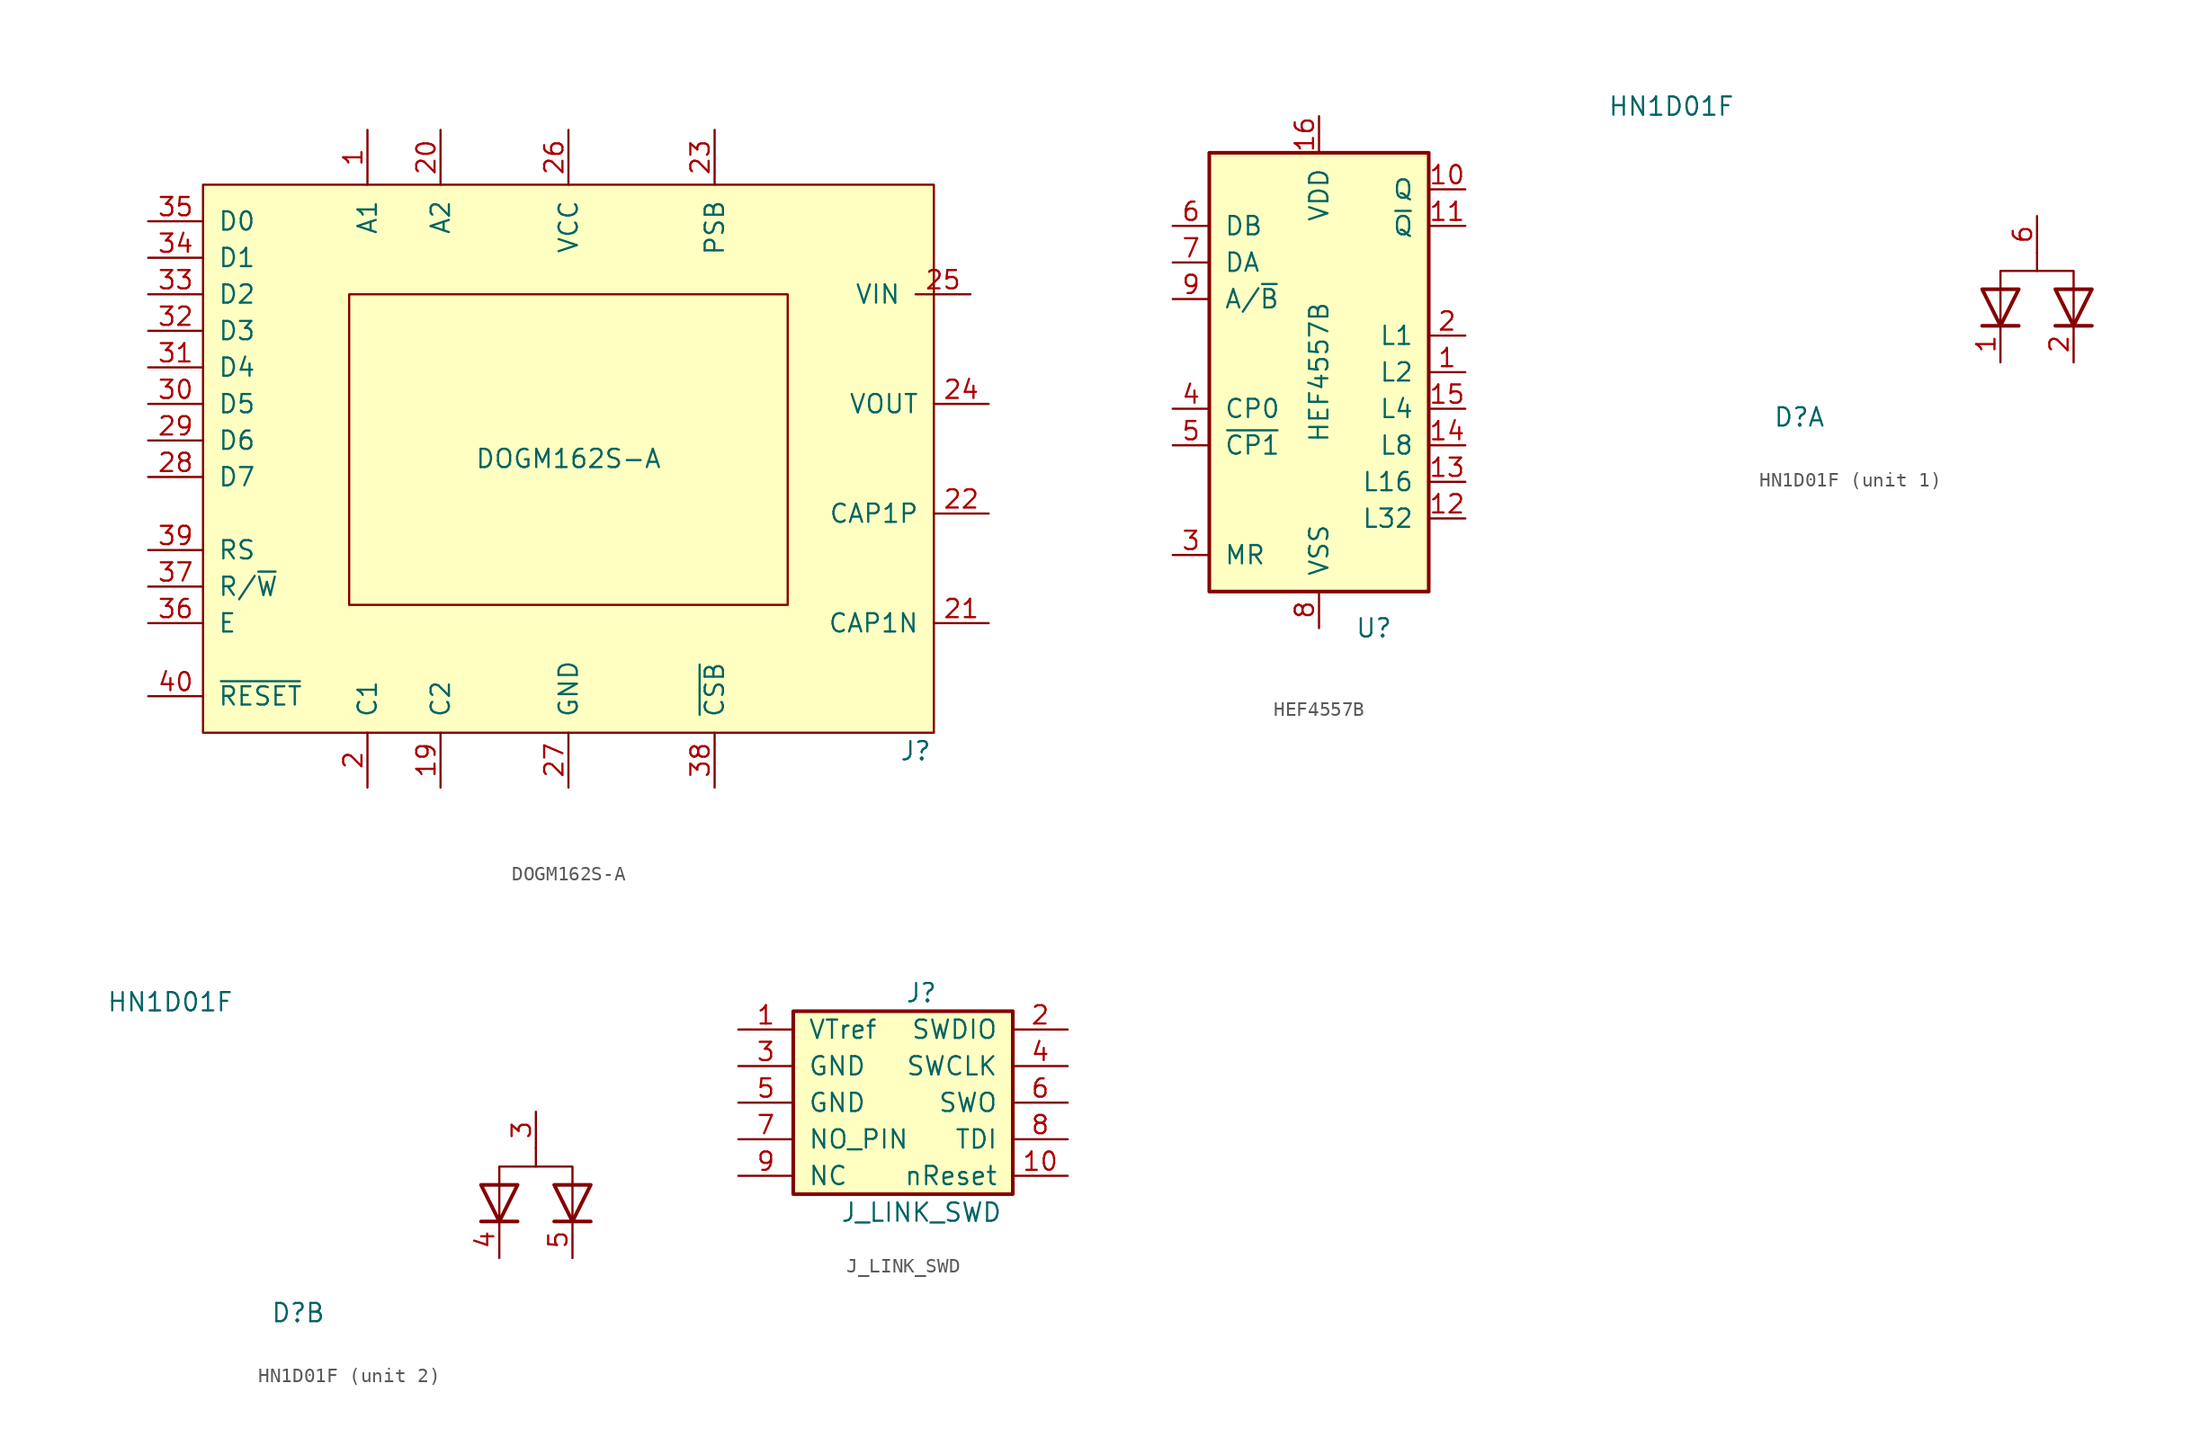
<source format=kicad_sym>
(kicad_symbol_lib
  (version 20211014)
  (generator kicad_symbol_editor)
  (symbol "DOGM162S-A"
    (pin_names
      (offset 1.016))
    (property "Reference" "J"
      (at 24.13 -20.32 0)
      (effects (font (size 1.27 1.27))))
    (property "Value" "DOGM162S-A"
      (at 0 0 0)
      (effects (font (size 1.27 1.27))))
    (symbol "DOGM162S-A_0_0"
      (pin passive line (at 29.21 3.81 180) (length 3.81) (name "VOUT" (effects (font (size 1.27 1.27)))) (number "24" (effects (font (size 1.27 1.27)))))
      (pin passive line (at 27.94 11.43 180) (length 3.81) (name "VIN" (effects (font (size 1.27 1.27)))) (number "25" (effects (font (size 1.27 1.27))))))
    (symbol "DOGM162S-A_0_1"
      (rectangle (start -25.4 19.05) (end 25.4 -19.05) (stroke (width 0) (type default) (color 0 0 0 0)) (fill (type background)))
      (rectangle (start -15.24 11.43) (end 15.24 -10.16) (stroke (width 0) (type default) (color 0 0 0 0)) (fill (type none))))
    (symbol "DOGM162S-A_1_1"
      (pin passive line (at -13.97 22.86 270) (length 3.81) (name "A1" (effects (font (size 1.27 1.27)))) (number "1" (effects (font (size 1.27 1.27)))))
      (pin passive line (at -8.89 -22.86 90) (length 3.81) (name "C2" (effects (font (size 1.27 1.27)))) (number "19" (effects (font (size 1.27 1.27)))))
      (pin passive line (at -13.97 -22.86 90) (length 3.81) (name "C1" (effects (font (size 1.27 1.27)))) (number "2" (effects (font (size 1.27 1.27)))))
      (pin passive line (at -8.89 22.86 270) (length 3.81) (name "A2" (effects (font (size 1.27 1.27)))) (number "20" (effects (font (size 1.27 1.27)))))
      (pin passive line (at 29.21 -11.43 180) (length 3.81) (name "CAP1N" (effects (font (size 1.27 1.27)))) (number "21" (effects (font (size 1.27 1.27)))))
      (pin passive line (at 29.21 -3.81 180) (length 3.81) (name "CAP1P" (effects (font (size 1.27 1.27)))) (number "22" (effects (font (size 1.27 1.27)))))
      (pin passive line (at 10.16 22.86 270) (length 3.81) (name "PSB" (effects (font (size 1.27 1.27)))) (number "23" (effects (font (size 1.27 1.27)))))
      (pin power_in line (at 0 22.86 270) (length 3.81) (name "VCC" (effects (font (size 1.27 1.27)))) (number "26" (effects (font (size 1.27 1.27)))))
      (pin power_in line (at 0 -22.86 90) (length 3.81) (name "GND" (effects (font (size 1.27 1.27)))) (number "27" (effects (font (size 1.27 1.27)))))
      (pin passive line (at -29.21 -1.27 0) (length 3.81) (name "D7" (effects (font (size 1.27 1.27)))) (number "28" (effects (font (size 1.27 1.27)))))
      (pin passive line (at -29.21 1.27 0) (length 3.81) (name "D6" (effects (font (size 1.27 1.27)))) (number "29" (effects (font (size 1.27 1.27)))))
      (pin passive line (at -29.21 3.81 0) (length 3.81) (name "D5" (effects (font (size 1.27 1.27)))) (number "30" (effects (font (size 1.27 1.27)))))
      (pin passive line (at -29.21 6.35 0) (length 3.81) (name "D4" (effects (font (size 1.27 1.27)))) (number "31" (effects (font (size 1.27 1.27)))))
      (pin passive line (at -29.21 8.89 0) (length 3.81) (name "D3" (effects (font (size 1.27 1.27)))) (number "32" (effects (font (size 1.27 1.27)))))
      (pin passive line (at -29.21 11.43 0) (length 3.81) (name "D2" (effects (font (size 1.27 1.27)))) (number "33" (effects (font (size 1.27 1.27)))))
      (pin passive line (at -29.21 13.97 0) (length 3.81) (name "D1" (effects (font (size 1.27 1.27)))) (number "34" (effects (font (size 1.27 1.27)))))
      (pin passive line (at -29.21 16.51 0) (length 3.81) (name "D0" (effects (font (size 1.27 1.27)))) (number "35" (effects (font (size 1.27 1.27)))))
      (pin passive line (at -29.21 -11.43 0) (length 3.81) (name "E" (effects (font (size 1.27 1.27)))) (number "36" (effects (font (size 1.27 1.27)))))
      (pin passive line (at -29.21 -8.89 0) (length 3.81) (name "R/~{W}" (effects (font (size 1.27 1.27)))) (number "37" (effects (font (size 1.27 1.27)))))
      (pin passive line (at 10.16 -22.86 90) (length 3.81) (name "~{CSB}" (effects (font (size 1.27 1.27)))) (number "38" (effects (font (size 1.27 1.27)))))
      (pin passive line (at -29.21 -6.35 0) (length 3.81) (name "RS" (effects (font (size 1.27 1.27)))) (number "39" (effects (font (size 1.27 1.27)))))
      (pin input line (at -29.21 -16.51 0) (length 3.81) (name "~{RESET}" (effects (font (size 1.27 1.27)))) (number "40" (effects (font (size 1.27 1.27)))))))
  (symbol "HEF4557B"
    (pin_names
      (offset 1.016))
    (property "Reference" "U"
      (at 3.81 -17.78 0)
      (effects (font (size 1.27 1.27))))
    (property "Value" "HEF4557B"
      (at 0 0 90)
      (effects (font (size 1.27 1.27))))
    (symbol "HEF4557B_0_1"
      (rectangle (start -7.62 15.24) (end 7.62 -15.24) (stroke (width 0.254) (type default) (color 0 0 0 0)) (fill (type background))))
    (symbol "HEF4557B_1_1"
      (pin input line (at 10.16 0 180) (length 2.54) (name "L2" (effects (font (size 1.27 1.27)))) (number "1" (effects (font (size 1.27 1.27)))))
      (pin output line (at 10.16 12.7 180) (length 2.54) (name "Q" (effects (font (size 1.27 1.27)))) (number "10" (effects (font (size 1.27 1.27)))))
      (pin output line (at 10.16 10.16 180) (length 2.54) (name "~{Q}" (effects (font (size 1.27 1.27)))) (number "11" (effects (font (size 1.27 1.27)))))
      (pin input line (at 10.16 -10.16 180) (length 2.54) (name "L32" (effects (font (size 1.27 1.27)))) (number "12" (effects (font (size 1.27 1.27)))))
      (pin input line (at 10.16 -7.62 180) (length 2.54) (name "L16" (effects (font (size 1.27 1.27)))) (number "13" (effects (font (size 1.27 1.27)))))
      (pin input line (at 10.16 -5.08 180) (length 2.54) (name "L8" (effects (font (size 1.27 1.27)))) (number "14" (effects (font (size 1.27 1.27)))))
      (pin input line (at 10.16 -2.54 180) (length 2.54) (name "L4" (effects (font (size 1.27 1.27)))) (number "15" (effects (font (size 1.27 1.27)))))
      (pin power_in line (at 0 17.78 270) (length 2.54) (name "VDD" (effects (font (size 1.27 1.27)))) (number "16" (effects (font (size 1.27 1.27)))))
      (pin input line (at 10.16 2.54 180) (length 2.54) (name "L1" (effects (font (size 1.27 1.27)))) (number "2" (effects (font (size 1.27 1.27)))))
      (pin input line (at -10.16 -12.7 0) (length 2.54) (name "MR" (effects (font (size 1.27 1.27)))) (number "3" (effects (font (size 1.27 1.27)))))
      (pin input line (at -10.16 -2.54 0) (length 2.54) (name "CP0" (effects (font (size 1.27 1.27)))) (number "4" (effects (font (size 1.27 1.27)))))
      (pin input line (at -10.16 -5.08 0) (length 2.54) (name "~{CP1}" (effects (font (size 1.27 1.27)))) (number "5" (effects (font (size 1.27 1.27)))))
      (pin input line (at -10.16 10.16 0) (length 2.54) (name "DB" (effects (font (size 1.27 1.27)))) (number "6" (effects (font (size 1.27 1.27)))))
      (pin input line (at -10.16 7.62 0) (length 2.54) (name "DA" (effects (font (size 1.27 1.27)))) (number "7" (effects (font (size 1.27 1.27)))))
      (pin power_in line (at 0 -17.78 90) (length 2.54) (name "VSS" (effects (font (size 1.27 1.27)))) (number "8" (effects (font (size 1.27 1.27)))))
      (pin input line (at -10.16 5.08 0) (length 2.54) (name "A/~{B}" (effects (font (size 1.27 1.27)))) (number "9" (effects (font (size 1.27 1.27)))))))
  (symbol "HN1D01F"
    (pin_names
      (offset 1.016) hide)
    (property "Reference" "D"
      (at -16.51 -7.62 0)
      (effects (font (size 1.27 1.27))))
    (property "Value" "HN1D01F"
      (at -25.4 13.97 0)
      (effects (font (size 1.27 1.27))))
    (symbol "HN1D01F_0_1"
      (polyline (pts (xy 2.54 1.27) (xy 2.54 2.54) (xy 0 2.54)) (stroke (width 0) (type default) (color 0 0 0 0)) (fill (type none)))
      (polyline (pts (xy 0 3.81) (xy 0 2.54) (xy -2.54 2.54) (xy -2.54 1.27)) (stroke (width 0) (type default) (color 0 0 0 0)) (fill (type none))))
    (symbol "HN1D01F_1_1"
      (polyline (pts (xy -3.81 -1.27) (xy -1.27 -1.27)) (stroke (width 0.254) (type default) (color 0 0 0 0)) (fill (type none)))
      (polyline (pts (xy -2.54 1.27) (xy -2.54 -1.27)) (stroke (width 0) (type default) (color 0 0 0 0)) (fill (type none)))
      (polyline (pts (xy 1.27 -1.27) (xy 3.81 -1.27)) (stroke (width 0.254) (type default) (color 0 0 0 0)) (fill (type none)))
      (polyline (pts (xy 2.54 1.27) (xy 2.54 -1.27)) (stroke (width 0) (type default) (color 0 0 0 0)) (fill (type none)))
      (polyline (pts (xy -3.81 1.27) (xy -1.27 1.27) (xy -2.54 -1.27) (xy -3.81 1.27)) (stroke (width 0.254) (type default) (color 0 0 0 0)) (fill (type none)))
      (polyline (pts (xy 1.27 1.27) (xy 3.81 1.27) (xy 2.54 -1.27) (xy 1.27 1.27)) (stroke (width 0.254) (type default) (color 0 0 0 0)) (fill (type none)))
      (pin passive line (at -2.54 -3.81 90) (length 2.54) (name "K" (effects (font (size 1.27 1.27)))) (number "1" (effects (font (size 1.27 1.27)))))
      (pin passive line (at 2.54 -3.81 90) (length 2.54) (name "K" (effects (font (size 1.27 1.27)))) (number "2" (effects (font (size 1.27 1.27)))))
      (pin passive line (at 0 6.35 270) (length 2.54) (name "A" (effects (font (size 1.27 1.27)))) (number "6" (effects (font (size 1.27 1.27))))))
    (symbol "HN1D01F_2_1"
      (polyline (pts (xy -3.81 -1.27) (xy -1.27 -1.27)) (stroke (width 0.254) (type default) (color 0 0 0 0)) (fill (type none)))
      (polyline (pts (xy -2.54 1.27) (xy -2.54 -1.27)) (stroke (width 0) (type default) (color 0 0 0 0)) (fill (type none)))
      (polyline (pts (xy 1.27 -1.27) (xy 3.81 -1.27)) (stroke (width 0.254) (type default) (color 0 0 0 0)) (fill (type none)))
      (polyline (pts (xy 2.54 1.27) (xy 2.54 -1.27)) (stroke (width 0) (type default) (color 0 0 0 0)) (fill (type none)))
      (polyline (pts (xy -3.81 1.27) (xy -1.27 1.27) (xy -2.54 -1.27) (xy -3.81 1.27)) (stroke (width 0.254) (type default) (color 0 0 0 0)) (fill (type none)))
      (polyline (pts (xy 1.27 1.27) (xy 3.81 1.27) (xy 2.54 -1.27) (xy 1.27 1.27)) (stroke (width 0.254) (type default) (color 0 0 0 0)) (fill (type none)))
      (pin passive line (at 0 6.35 270) (length 2.54) (name "A" (effects (font (size 1.27 1.27)))) (number "3" (effects (font (size 1.27 1.27)))))
      (pin passive line (at -2.54 -3.81 90) (length 2.54) (name "K" (effects (font (size 1.27 1.27)))) (number "4" (effects (font (size 1.27 1.27)))))
      (pin passive line (at 2.54 -3.81 90) (length 2.54) (name "K" (effects (font (size 1.27 1.27)))) (number "5" (effects (font (size 1.27 1.27)))))))
  (symbol "J_LINK_SWD"
    (pin_names
      (offset 1.016))
    (property "Reference" "J"
      (at 1.27 7.62 0)
      (effects (font (size 1.27 1.27))))
    (property "Value" "J_LINK_SWD"
      (at 1.27 -7.62 0)
      (effects (font (size 1.27 1.27))))
    (symbol "J_LINK_SWD_1_1"
      (rectangle (start -7.62 6.35) (end 7.62 -6.35) (stroke (width 0.254) (type default) (color 0 0 0 0)) (fill (type background)))
      (pin passive line (at -11.43 5.08 0) (length 3.81) (name "VTref" (effects (font (size 1.27 1.27)))) (number "1" (effects (font (size 1.27 1.27)))))
      (pin passive line (at 11.43 -5.08 180) (length 3.81) (name "nReset" (effects (font (size 1.27 1.27)))) (number "10" (effects (font (size 1.27 1.27)))))
      (pin passive line (at 11.43 5.08 180) (length 3.81) (name "SWDIO" (effects (font (size 1.27 1.27)))) (number "2" (effects (font (size 1.27 1.27)))))
      (pin passive line (at -11.43 2.54 0) (length 3.81) (name "GND" (effects (font (size 1.27 1.27)))) (number "3" (effects (font (size 1.27 1.27)))))
      (pin passive line (at 11.43 2.54 180) (length 3.81) (name "SWCLK" (effects (font (size 1.27 1.27)))) (number "4" (effects (font (size 1.27 1.27)))))
      (pin passive line (at -11.43 0 0) (length 3.81) (name "GND" (effects (font (size 1.27 1.27)))) (number "5" (effects (font (size 1.27 1.27)))))
      (pin passive line (at 11.43 0 180) (length 3.81) (name "SWO" (effects (font (size 1.27 1.27)))) (number "6" (effects (font (size 1.27 1.27)))))
      (pin passive line (at -11.43 -2.54 0) (length 3.81) (name "NO_PIN" (effects (font (size 1.27 1.27)))) (number "7" (effects (font (size 1.27 1.27)))))
      (pin passive line (at 11.43 -2.54 180) (length 3.81) (name "TDI" (effects (font (size 1.27 1.27)))) (number "8" (effects (font (size 1.27 1.27)))))
      (pin passive line (at -11.43 -5.08 0) (length 3.81) (name "NC" (effects (font (size 1.27 1.27)))) (number "9" (effects (font (size 1.27 1.27))))))))
</source>
